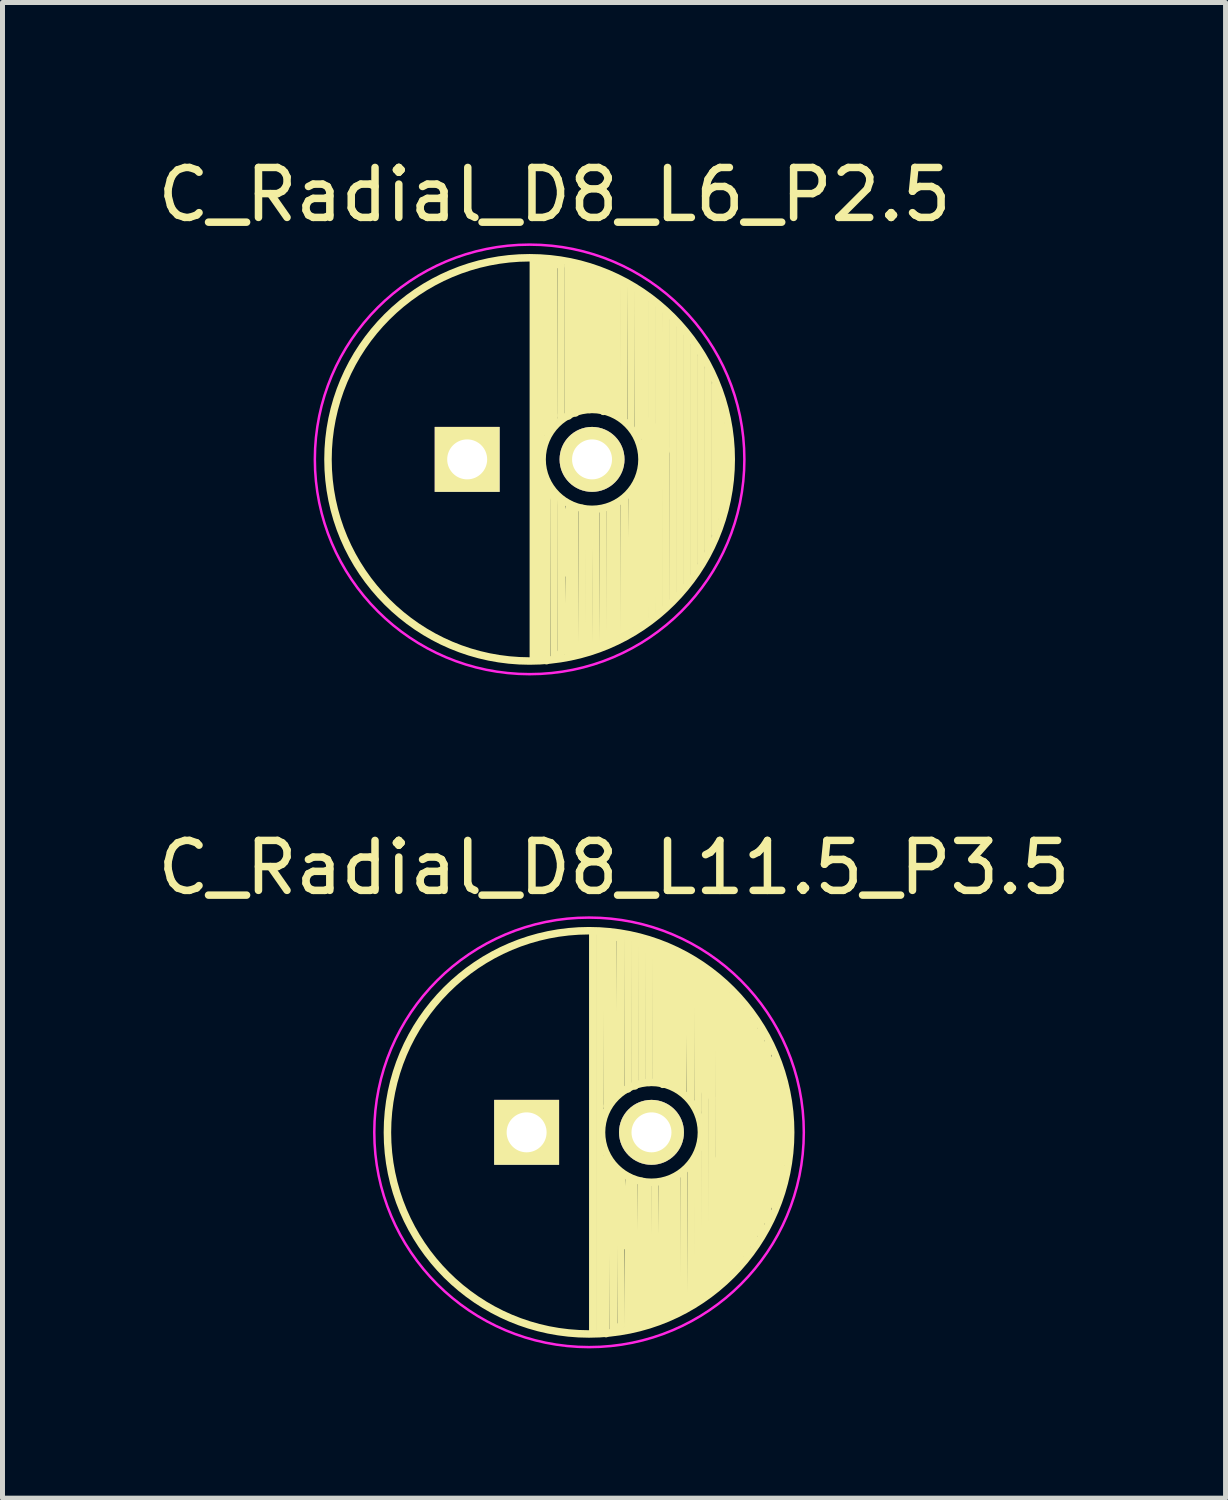
<source format=kicad_pcb>
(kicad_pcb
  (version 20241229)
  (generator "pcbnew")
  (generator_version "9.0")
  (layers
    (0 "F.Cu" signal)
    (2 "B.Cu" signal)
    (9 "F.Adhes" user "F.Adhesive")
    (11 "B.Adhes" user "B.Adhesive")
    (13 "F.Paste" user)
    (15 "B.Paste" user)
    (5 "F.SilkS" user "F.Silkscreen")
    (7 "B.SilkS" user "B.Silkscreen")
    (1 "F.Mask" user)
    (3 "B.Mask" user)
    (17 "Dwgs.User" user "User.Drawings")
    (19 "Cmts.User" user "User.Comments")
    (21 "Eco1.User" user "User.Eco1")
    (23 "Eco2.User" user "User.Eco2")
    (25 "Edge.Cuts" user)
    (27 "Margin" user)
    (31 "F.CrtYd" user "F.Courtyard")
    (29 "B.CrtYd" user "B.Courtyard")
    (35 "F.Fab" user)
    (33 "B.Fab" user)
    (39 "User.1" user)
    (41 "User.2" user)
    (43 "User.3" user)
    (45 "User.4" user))
  (footprint "C_Radial_D8_L11.5_P3.5"
    (layer "F.Cu")
    (at 7.494 19.622)
    (property "Reference" "C_Radial_D8_L11.5_P3.5" (at 1.75 -5.3 0) (layer "F.SilkS") (effects (font (size 1 1) (thickness 0.15))))
    (attr through_hole)
    (fp_line (start 1.325 -3.999) (end 1.325 3.999) (stroke (width 0.15) (type solid)) (layer "F.SilkS"))
    (fp_line (start 1.465 -3.994) (end 1.465 3.994) (stroke (width 0.15) (type solid)) (layer "F.SilkS"))
    (fp_line (start 1.59 4.03) (end 1.6 0.51) (stroke (width 0.15) (type solid)) (layer "F.SilkS"))
    (fp_line (start 1.6 -3.99) (end 1.61 -0.52) (stroke (width 0.15) (type solid)) (layer "F.SilkS"))
    (fp_line (start 1.6 0.51) (end 1.74 0.77) (stroke (width 0.15) (type solid)) (layer "F.SilkS"))
    (fp_line (start 1.61 -0.52) (end 1.74 -0.71) (stroke (width 0.15) (type solid)) (layer "F.SilkS"))
    (fp_line (start 1.73 -3.94) (end 1.88 -3.88) (stroke (width 0.15) (type solid)) (layer "F.SilkS"))
    (fp_line (start 1.74 -0.71) (end 1.73 -3.94) (stroke (width 0.15) (type solid)) (layer "F.SilkS"))
    (fp_line (start 1.74 0.77) (end 1.74 4) (stroke (width 0.15) (type solid)) (layer "F.SilkS"))
    (fp_line (start 1.74 4) (end 1.89 3.86) (stroke (width 0.15) (type solid)) (layer "F.SilkS"))
    (fp_line (start 1.88 -3.88) (end 1.88 -0.88) (stroke (width 0.15) (type solid)) (layer "F.SilkS"))
    (fp_line (start 1.88 -0.88) (end 1.88 -0.86) (stroke (width 0.15) (type solid)) (layer "F.SilkS"))
    (fp_line (start 1.88 0.83) (end 1.99 1.63) (stroke (width 0.15) (type solid)) (layer "F.SilkS"))
    (fp_line (start 1.89 3.86) (end 1.88 0.83) (stroke (width 0.15) (type solid)) (layer "F.SilkS"))
    (fp_line (start 1.99 1.63) (end 1.99 2.27) (stroke (width 0.15) (type solid)) (layer "F.SilkS"))
    (fp_line (start 1.99 2.27) (end 1.99 2.26) (stroke (width 0.15) (type solid)) (layer "F.SilkS"))
    (fp_line (start 2.025 -3.924) (end 2.03 -0.87) (stroke (width 0.15) (type solid)) (layer "F.SilkS"))
    (fp_line (start 2.05 0.9) (end 2.025 3.924) (stroke (width 0.15) (type solid)) (layer "F.SilkS"))
    (fp_line (start 2.15 0.95) (end 2.165 3.894) (stroke (width 0.15) (type solid)) (layer "F.SilkS"))
    (fp_line (start 2.165 -3.894) (end 2.17 -0.93) (stroke (width 0.15) (type solid)) (layer "F.SilkS"))
    (fp_line (start 2.3 0.98) (end 2.305 3.858) (stroke (width 0.15) (type solid)) (layer "F.SilkS"))
    (fp_line (start 2.305 -3.858) (end 2.31 -1.04) (stroke (width 0.15) (type solid)) (layer "F.SilkS"))
    (fp_line (start 2.43 1.01) (end 2.445 3.817) (stroke (width 0.15) (type solid)) (layer "F.SilkS"))
    (fp_line (start 2.445 -3.817) (end 2.45 -1) (stroke (width 0.15) (type solid)) (layer "F.SilkS"))
    (fp_line (start 2.57 1.01) (end 2.585 3.771) (stroke (width 0.15) (type solid)) (layer "F.SilkS"))
    (fp_line (start 2.585 -3.771) (end 2.59 -1.04) (stroke (width 0.15) (type solid)) (layer "F.SilkS"))
    (fp_line (start 2.72 1.02) (end 2.725 3.718) (stroke (width 0.15) (type solid)) (layer "F.SilkS"))
    (fp_line (start 2.725 -3.718) (end 2.725 -0.961) (stroke (width 0.15) (type solid)) (layer "F.SilkS"))
    (fp_line (start 2.865 -3.659) (end 2.865 -0.991) (stroke (width 0.15) (type solid)) (layer "F.SilkS"))
    (fp_line (start 2.865 0.991) (end 2.865 3.659) (stroke (width 0.15) (type solid)) (layer "F.SilkS"))
    (fp_line (start 3 0.88) (end 3.005 3.594) (stroke (width 0.15) (type solid)) (layer "F.SilkS"))
    (fp_line (start 3.005 -3.594) (end 3 -0.88) (stroke (width 0.15) (type solid)) (layer "F.SilkS"))
    (fp_line (start 3.145 -3.523) (end 3.13 -0.83) (stroke (width 0.15) (type solid)) (layer "F.SilkS"))
    (fp_line (start 3.15 0.8) (end 3.145 3.523) (stroke (width 0.15) (type solid)) (layer "F.SilkS"))
    (fp_line (start 3.285 -3.444) (end 3.28 -0.67) (stroke (width 0.15) (type solid)) (layer "F.SilkS"))
    (fp_line (start 3.3 0.63) (end 3.285 3.444) (stroke (width 0.15) (type solid)) (layer "F.SilkS"))
    (fp_line (start 3.425 -3.357) (end 3.43 -0.44) (stroke (width 0.15) (type solid)) (layer "F.SilkS"))
    (fp_line (start 3.43 0.42) (end 3.425 3.357) (stroke (width 0.15) (type solid)) (layer "F.SilkS"))
    (fp_line (start 3.565 -3.262) (end 3.565 -0.825) (stroke (width 0.15) (type solid)) (layer "F.SilkS"))
    (fp_line (start 3.57 -0.8) (end 3.565 3.262) (stroke (width 0.15) (type solid)) (layer "F.SilkS"))
    (fp_line (start 3.705 -3.158) (end 3.705 -0.709) (stroke (width 0.15) (type solid)) (layer "F.SilkS"))
    (fp_line (start 3.71 -0.68) (end 3.705 3.158) (stroke (width 0.15) (type solid)) (layer "F.SilkS"))
    (fp_line (start 3.845 -3.044) (end 3.85 0.56) (stroke (width 0.15) (type solid)) (layer "F.SilkS"))
    (fp_line (start 3.845 0.535) (end 3.845 3.044) (stroke (width 0.15) (type solid)) (layer "F.SilkS"))
    (fp_line (start 3.98 -0.21) (end 3.985 2.919) (stroke (width 0.15) (type solid)) (layer "F.SilkS"))
    (fp_line (start 3.985 -2.919) (end 3.985 -0.173) (stroke (width 0.15) (type solid)) (layer "F.SilkS"))
    (fp_line (start 4.125 -2.781) (end 4.125 2.781) (stroke (width 0.15) (type solid)) (layer "F.SilkS"))
    (fp_line (start 4.265 -2.629) (end 4.265 2.629) (stroke (width 0.15) (type solid)) (layer "F.SilkS"))
    (fp_line (start 4.405 -2.459) (end 4.405 2.459) (stroke (width 0.15) (type solid)) (layer "F.SilkS"))
    (fp_line (start 4.545 -2.268) (end 4.545 2.268) (stroke (width 0.15) (type solid)) (layer "F.SilkS"))
    (fp_line (start 4.685 -2.05) (end 4.685 2.05) (stroke (width 0.15) (type solid)) (layer "F.SilkS"))
    (fp_line (start 4.825 -1.794) (end 4.825 1.794) (stroke (width 0.15) (type solid)) (layer "F.SilkS"))
    (fp_line (start 4.965 -1.483) (end 4.965 1.483) (stroke (width 0.15) (type solid)) (layer "F.SilkS"))
    (fp_line (start 5.08 -1.15) (end 5.09 1.15) (stroke (width 0.15) (type solid)) (layer "F.SilkS"))
    (fp_line (start 5.2 -0.67) (end 5.22 0.62) (stroke (width 0.15) (type solid)) (layer "F.SilkS"))
    (fp_circle (center 1.25 0) (end 1.25 -4.037) (stroke (width 0.15) (type solid)) (fill no) (layer "F.SilkS"))
    (fp_circle (center 2.5 0) (end 2.5 -1) (stroke (width 0.15) (type solid)) (fill no) (layer "F.SilkS"))
    (fp_circle (center 1.25 0) (end 1.25 -4.3) (stroke (width 0.05) (type solid)) (fill no) (layer "F.CrtYd"))
    (pad "1" thru_hole rect (at 0 0) (size 1.3 1.3) (drill 0.8) (layers "*.Cu" "*.Mask" "F.SilkS"))
    (pad "2" thru_hole circle (at 2.5 0) (size 1.3 1.3) (drill 0.8) (layers "*.Cu" "*.Mask" "F.SilkS")))
  (footprint "C_Radial_D8_L6_P2.5"
    (layer "F.Cu")
    (at 6.304 6.148)
    (property "Reference" "C_Radial_D8_L6_P2.5" (at 1.75 -5.3 0) (layer "F.SilkS") (effects (font (size 1 1) (thickness 0.15))))
    (attr through_hole)
    (fp_line (start 1.325 -3.999) (end 1.325 3.999) (stroke (width 0.15) (type solid)) (layer "F.SilkS"))
    (fp_line (start 1.465 -3.994) (end 1.465 3.994) (stroke (width 0.15) (type solid)) (layer "F.SilkS"))
    (fp_line (start 1.59 4.03) (end 1.6 0.51) (stroke (width 0.15) (type solid)) (layer "F.SilkS"))
    (fp_line (start 1.6 -3.99) (end 1.61 -0.52) (stroke (width 0.15) (type solid)) (layer "F.SilkS"))
    (fp_line (start 1.6 0.51) (end 1.74 0.77) (stroke (width 0.15) (type solid)) (layer "F.SilkS"))
    (fp_line (start 1.61 -0.52) (end 1.74 -0.71) (stroke (width 0.15) (type solid)) (layer "F.SilkS"))
    (fp_line (start 1.73 -3.94) (end 1.88 -3.88) (stroke (width 0.15) (type solid)) (layer "F.SilkS"))
    (fp_line (start 1.74 -0.71) (end 1.73 -3.94) (stroke (width 0.15) (type solid)) (layer "F.SilkS"))
    (fp_line (start 1.74 0.77) (end 1.74 4) (stroke (width 0.15) (type solid)) (layer "F.SilkS"))
    (fp_line (start 1.74 4) (end 1.89 3.86) (stroke (width 0.15) (type solid)) (layer "F.SilkS"))
    (fp_line (start 1.88 -3.88) (end 1.88 -0.88) (stroke (width 0.15) (type solid)) (layer "F.SilkS"))
    (fp_line (start 1.88 -0.88) (end 1.88 -0.86) (stroke (width 0.15) (type solid)) (layer "F.SilkS"))
    (fp_line (start 1.88 0.83) (end 1.99 1.63) (stroke (width 0.15) (type solid)) (layer "F.SilkS"))
    (fp_line (start 1.89 3.86) (end 1.88 0.83) (stroke (width 0.15) (type solid)) (layer "F.SilkS"))
    (fp_line (start 1.99 1.63) (end 1.99 2.27) (stroke (width 0.15) (type solid)) (layer "F.SilkS"))
    (fp_line (start 1.99 2.27) (end 1.99 2.26) (stroke (width 0.15) (type solid)) (layer "F.SilkS"))
    (fp_line (start 2.025 -3.924) (end 2.03 -0.87) (stroke (width 0.15) (type solid)) (layer "F.SilkS"))
    (fp_line (start 2.05 0.9) (end 2.025 3.924) (stroke (width 0.15) (type solid)) (layer "F.SilkS"))
    (fp_line (start 2.15 0.95) (end 2.165 3.894) (stroke (width 0.15) (type solid)) (layer "F.SilkS"))
    (fp_line (start 2.165 -3.894) (end 2.17 -0.93) (stroke (width 0.15) (type solid)) (layer "F.SilkS"))
    (fp_line (start 2.3 0.98) (end 2.305 3.858) (stroke (width 0.15) (type solid)) (layer "F.SilkS"))
    (fp_line (start 2.305 -3.858) (end 2.31 -1.04) (stroke (width 0.15) (type solid)) (layer "F.SilkS"))
    (fp_line (start 2.43 1.01) (end 2.445 3.817) (stroke (width 0.15) (type solid)) (layer "F.SilkS"))
    (fp_line (start 2.445 -3.817) (end 2.45 -1) (stroke (width 0.15) (type solid)) (layer "F.SilkS"))
    (fp_line (start 2.57 1.01) (end 2.585 3.771) (stroke (width 0.15) (type solid)) (layer "F.SilkS"))
    (fp_line (start 2.585 -3.771) (end 2.59 -1.04) (stroke (width 0.15) (type solid)) (layer "F.SilkS"))
    (fp_line (start 2.72 1.02) (end 2.725 3.718) (stroke (width 0.15) (type solid)) (layer "F.SilkS"))
    (fp_line (start 2.725 -3.718) (end 2.725 -0.961) (stroke (width 0.15) (type solid)) (layer "F.SilkS"))
    (fp_line (start 2.865 -3.659) (end 2.865 -0.991) (stroke (width 0.15) (type solid)) (layer "F.SilkS"))
    (fp_line (start 2.865 0.991) (end 2.865 3.659) (stroke (width 0.15) (type solid)) (layer "F.SilkS"))
    (fp_line (start 3 0.88) (end 3.005 3.594) (stroke (width 0.15) (type solid)) (layer "F.SilkS"))
    (fp_line (start 3.005 -3.594) (end 3 -0.88) (stroke (width 0.15) (type solid)) (layer "F.SilkS"))
    (fp_line (start 3.145 -3.523) (end 3.13 -0.83) (stroke (width 0.15) (type solid)) (layer "F.SilkS"))
    (fp_line (start 3.15 0.8) (end 3.145 3.523) (stroke (width 0.15) (type solid)) (layer "F.SilkS"))
    (fp_line (start 3.285 -3.444) (end 3.28 -0.67) (stroke (width 0.15) (type solid)) (layer "F.SilkS"))
    (fp_line (start 3.3 0.63) (end 3.285 3.444) (stroke (width 0.15) (type solid)) (layer "F.SilkS"))
    (fp_line (start 3.425 -3.357) (end 3.43 -0.44) (stroke (width 0.15) (type solid)) (layer "F.SilkS"))
    (fp_line (start 3.43 0.42) (end 3.425 3.357) (stroke (width 0.15) (type solid)) (layer "F.SilkS"))
    (fp_line (start 3.565 -3.262) (end 3.565 -0.825) (stroke (width 0.15) (type solid)) (layer "F.SilkS"))
    (fp_line (start 3.57 -0.8) (end 3.565 3.262) (stroke (width 0.15) (type solid)) (layer "F.SilkS"))
    (fp_line (start 3.705 -3.158) (end 3.705 -0.709) (stroke (width 0.15) (type solid)) (layer "F.SilkS"))
    (fp_line (start 3.71 -0.68) (end 3.705 3.158) (stroke (width 0.15) (type solid)) (layer "F.SilkS"))
    (fp_line (start 3.845 -3.044) (end 3.85 0.56) (stroke (width 0.15) (type solid)) (layer "F.SilkS"))
    (fp_line (start 3.845 0.535) (end 3.845 3.044) (stroke (width 0.15) (type solid)) (layer "F.SilkS"))
    (fp_line (start 3.98 -0.21) (end 3.985 2.919) (stroke (width 0.15) (type solid)) (layer "F.SilkS"))
    (fp_line (start 3.985 -2.919) (end 3.985 -0.173) (stroke (width 0.15) (type solid)) (layer "F.SilkS"))
    (fp_line (start 4.125 -2.781) (end 4.125 2.781) (stroke (width 0.15) (type solid)) (layer "F.SilkS"))
    (fp_line (start 4.265 -2.629) (end 4.265 2.629) (stroke (width 0.15) (type solid)) (layer "F.SilkS"))
    (fp_line (start 4.405 -2.459) (end 4.405 2.459) (stroke (width 0.15) (type solid)) (layer "F.SilkS"))
    (fp_line (start 4.545 -2.268) (end 4.545 2.268) (stroke (width 0.15) (type solid)) (layer "F.SilkS"))
    (fp_line (start 4.685 -2.05) (end 4.685 2.05) (stroke (width 0.15) (type solid)) (layer "F.SilkS"))
    (fp_line (start 4.825 -1.794) (end 4.825 1.794) (stroke (width 0.15) (type solid)) (layer "F.SilkS"))
    (fp_line (start 4.965 -1.483) (end 4.965 1.483) (stroke (width 0.15) (type solid)) (layer "F.SilkS"))
    (fp_line (start 5.08 -1.15) (end 5.09 1.15) (stroke (width 0.15) (type solid)) (layer "F.SilkS"))
    (fp_line (start 5.2 -0.67) (end 5.22 0.62) (stroke (width 0.15) (type solid)) (layer "F.SilkS"))
    (fp_circle (center 1.25 0) (end 1.25 -4.037) (stroke (width 0.15) (type solid)) (fill no) (layer "F.SilkS"))
    (fp_circle (center 2.5 0) (end 2.5 -1) (stroke (width 0.15) (type solid)) (fill no) (layer "F.SilkS"))
    (fp_circle (center 1.25 0) (end 1.25 -4.3) (stroke (width 0.05) (type solid)) (fill no) (layer "F.CrtYd"))
    (pad "1" thru_hole rect (at 0 0) (size 1.3 1.3) (drill 0.8) (layers "*.Cu" "*.Mask" "F.SilkS"))
    (pad "2" thru_hole circle (at 2.5 0) (size 1.3 1.3) (drill 0.8) (layers "*.Cu" "*.Mask" "F.SilkS")))
  (gr_rect
    (start -3 -3)
    (end 21.488 26.947)
    (stroke (width 0.1) (type default))
    (fill no)
    (layer "Edge.Cuts")))
</source>
